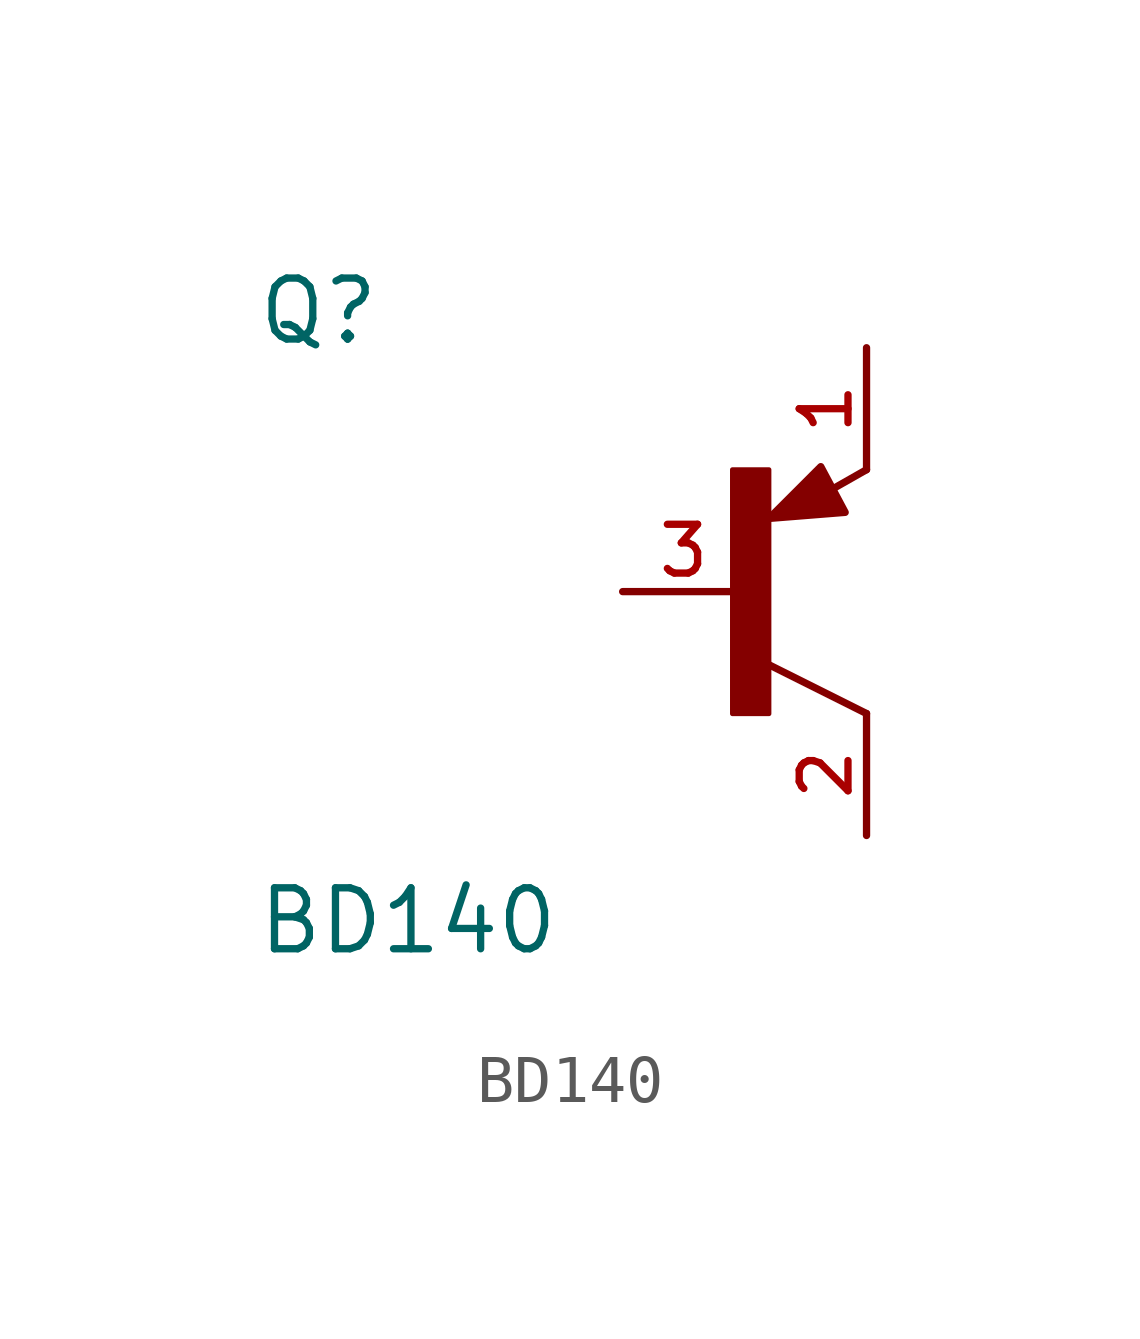
<source format=kicad_sym>
(kicad_symbol_lib
  (version 20211014)
  (generator kicad_symbol_editor)
  (symbol "BD140"
    (pin_names
      (offset 1.016))
    (property "Reference" "Q"
      (at -10.184 5.098 0)
      (effects (font (size 1.27 1.27)) (justify bottom left)))
    (property "Value" "BD140"
      (at -10.195 -7.603 0)
      (effects (font (size 1.27 1.27)) (justify bottom left)))
    (symbol "BD140_0_0"
      (polyline (pts (xy 2.54 2.54) (xy 1.808 2.124)) (stroke (width 0.152)))
      (polyline (pts (xy 2.54 -2.54) (xy 0.508 -1.524)) (stroke (width 0.152)))
      (rectangle (start -0.254 -2.544) (end 0.508 2.54) (stroke (width 0.1)) (fill (type outline)))
      (polyline (pts (xy 0.508 1.524) (xy 1.587 2.603) (xy 2.095 1.651) (xy 0.508 1.524)) (stroke (width 0.152)) (fill (type outline)))
      (pin passive line (at -2.54 0.0 0) (length 2.54) (name "~" (effects (font (size 1.016 1.016)))) (number "3" (effects (font (size 1.016 1.016)))))
      (pin passive line (at 2.54 5.08 270.0) (length 2.54) (name "~" (effects (font (size 1.016 1.016)))) (number "1" (effects (font (size 1.016 1.016)))))
      (pin passive line (at 2.54 -5.08 90.0) (length 2.54) (name "~" (effects (font (size 1.016 1.016)))) (number "2" (effects (font (size 1.016 1.016))))))))
</source>
